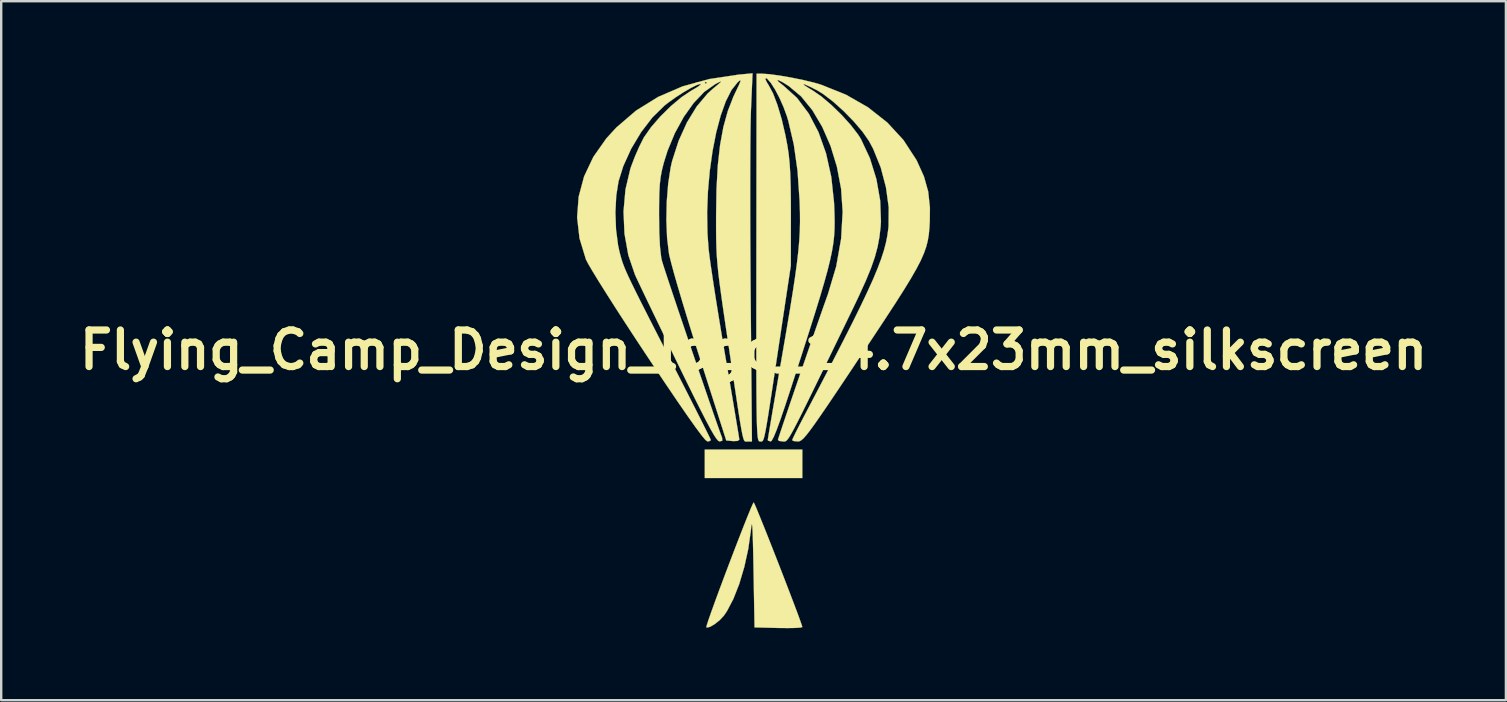
<source format=kicad_pcb>
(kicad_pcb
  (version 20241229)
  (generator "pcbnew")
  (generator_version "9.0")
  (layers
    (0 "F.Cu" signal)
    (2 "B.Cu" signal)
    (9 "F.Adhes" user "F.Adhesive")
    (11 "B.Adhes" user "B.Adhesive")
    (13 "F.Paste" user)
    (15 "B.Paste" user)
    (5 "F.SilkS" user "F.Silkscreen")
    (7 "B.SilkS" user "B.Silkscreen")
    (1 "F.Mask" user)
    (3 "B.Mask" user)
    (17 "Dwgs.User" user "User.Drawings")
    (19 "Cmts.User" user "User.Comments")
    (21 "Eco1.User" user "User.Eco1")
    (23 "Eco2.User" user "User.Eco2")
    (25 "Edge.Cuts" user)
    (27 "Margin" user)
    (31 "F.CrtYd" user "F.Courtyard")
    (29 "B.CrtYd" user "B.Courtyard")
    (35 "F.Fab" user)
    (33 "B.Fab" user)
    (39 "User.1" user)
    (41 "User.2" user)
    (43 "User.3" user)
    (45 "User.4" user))
  (footprint "Flying_Camp_Design_logo_14.7x23mm_silkscreen"
    (layer "F.Cu")
    (at 28.346 11.533)
    (property "Reference" "Flying_Camp_Design_logo_14.7x23mm_silkscreen" (at 0 0 0) (layer "F.SilkS") (effects (font (size 1.524 1.524) (thickness 0.3))))
    (attr exclude_from_pos_files exclude_from_bom)
    (fp_poly (pts (xy 2.032 5.334) (xy -2.032 5.334) (xy -2.032 4.149) (xy 2.032 4.149) (xy 2.032 5.334)) (stroke (width 0.01) (type solid)) (fill yes) (layer "F.SilkS"))
    (fp_poly (pts (xy 0.046 6.425) (xy 0.137 6.636) (xy 0.27 6.961) (xy 0.438 7.376) (xy 0.63 7.859) (xy 0.838 8.387) (xy 1.054 8.938) (xy 1.268 9.49) (xy 1.472 10.02) (xy 1.657 10.504) (xy 1.815 10.922) (xy 1.935 11.25) (xy 2.01 11.465) (xy 2.032 11.543) (xy 1.953 11.565) (xy 1.738 11.58) (xy 1.419 11.585) (xy 1.037 11.581) (xy 0.042 11.557) (xy 0 9.186) (xy -0.013 8.506) (xy -0.025 7.984) (xy -0.037 7.61) (xy -0.049 7.374) (xy -0.063 7.265) (xy -0.079 7.273) (xy -0.097 7.387) (xy -0.113 7.533) (xy -0.22 8.289) (xy -0.385 9.039) (xy -0.595 9.746) (xy -0.841 10.372) (xy -1.109 10.883) (xy -1.235 11.067) (xy -1.411 11.256) (xy -1.618 11.421) (xy -1.811 11.534) (xy -1.945 11.563) (xy -1.967 11.552) (xy -1.948 11.466) (xy -1.877 11.245) (xy -1.76 10.912) (xy -1.608 10.49) (xy -1.428 10.001) (xy -1.229 9.468) (xy -1.02 8.915) (xy -0.809 8.362) (xy -0.605 7.834) (xy -0.417 7.353) (xy -0.253 6.941) (xy -0.122 6.621) (xy -0.032 6.417) (xy 0.007 6.35) (xy 0.046 6.425)) (stroke (width 0.01) (type solid)) (fill yes) (layer "F.SilkS"))
    (fp_poly (pts (xy -0.108 -9.976) (xy -0.118 -9.628) (xy -0.127 -9.128) (xy -0.133 -8.496) (xy -0.137 -7.749) (xy -0.139 -6.905) (xy -0.139 -5.984) (xy -0.137 -5.002) (xy -0.132 -3.979) (xy -0.125 -2.932) (xy -0.12 -2.307) (xy -0.067 3.81) (xy -0.243 3.81) (xy -0.29 3.814) (xy -0.328 3.816) (xy -0.362 3.803) (xy -0.394 3.761) (xy -0.426 3.675) (xy -0.462 3.532) (xy -0.504 3.317) (xy -0.556 3.018) (xy -0.62 2.619) (xy -0.698 2.106) (xy -0.794 1.467) (xy -0.91 0.686) (xy -1.031 -0.127) (xy -1.16 -0.993) (xy -1.266 -1.713) (xy -1.351 -2.313) (xy -1.418 -2.813) (xy -1.469 -3.236) (xy -1.506 -3.607) (xy -1.532 -3.946) (xy -1.547 -4.278) (xy -1.556 -4.625) (xy -1.56 -5.01) (xy -1.56 -5.455) (xy -1.56 -5.588) (xy -1.543 -6.711) (xy -1.489 -7.689) (xy -1.394 -8.542) (xy -1.257 -9.29) (xy -1.073 -9.954) (xy -0.84 -10.554) (xy -0.761 -10.722) (xy -0.618 -11.02) (xy -0.548 -11.187) (xy -0.545 -11.242) (xy -0.605 -11.206) (xy -0.665 -11.152) (xy -0.921 -10.829) (xy -1.157 -10.36) (xy -1.369 -9.768) (xy -1.554 -9.074) (xy -1.706 -8.301) (xy -1.823 -7.473) (xy -1.9 -6.611) (xy -1.934 -5.737) (xy -1.92 -4.875) (xy -1.874 -4.224) (xy -1.838 -3.92) (xy -1.776 -3.475) (xy -1.692 -2.911) (xy -1.591 -2.255) (xy -1.475 -1.531) (xy -1.349 -0.762) (xy -1.216 0.025) (xy -1.185 0.208) (xy -1.057 0.953) (xy -0.939 1.646) (xy -0.834 2.269) (xy -0.744 2.806) (xy -0.672 3.238) (xy -0.621 3.546) (xy -0.596 3.714) (xy -0.593 3.739) (xy -0.666 3.788) (xy -0.844 3.796) (xy -0.865 3.794) (xy -1.137 3.768) (xy -2.263 0.254) (xy -2.507 -0.516) (xy -2.74 -1.264) (xy -2.954 -1.968) (xy -3.144 -2.607) (xy -3.303 -3.159) (xy -3.424 -3.604) (xy -3.503 -3.92) (xy -3.524 -4.022) (xy -3.602 -4.669) (xy -3.632 -5.408) (xy -3.616 -6.181) (xy -3.556 -6.932) (xy -3.454 -7.603) (xy -3.392 -7.874) (xy -3.121 -8.715) (xy -2.774 -9.482) (xy -2.366 -10.149) (xy -1.913 -10.687) (xy -1.7 -10.88) (xy -1.463 -11.076) (xy -1.354 -11.176) (xy -1.369 -11.19) (xy -1.503 -11.127) (xy -1.599 -11.076) (xy -2.053 -10.756) (xy -2.495 -10.292) (xy -2.908 -9.712) (xy -3.276 -9.041) (xy -3.581 -8.307) (xy -3.743 -7.789) (xy -3.818 -7.489) (xy -3.871 -7.205) (xy -3.906 -6.9) (xy -3.926 -6.534) (xy -3.935 -6.067) (xy -3.937 -5.63) (xy -3.927 -4.881) (xy -3.897 -4.291) (xy -3.848 -3.864) (xy -3.819 -3.725) (xy -3.774 -3.576) (xy -3.681 -3.288) (xy -3.547 -2.881) (xy -3.379 -2.376) (xy -3.184 -1.795) (xy -2.969 -1.158) (xy -2.741 -0.485) (xy -2.508 0.202) (xy -2.276 0.882) (xy -2.052 1.535) (xy -1.844 2.141) (xy -1.659 2.677) (xy -1.503 3.123) (xy -1.384 3.459) (xy -1.309 3.662) (xy -1.304 3.781) (xy -1.416 3.81) (xy -1.47 3.783) (xy -1.547 3.695) (xy -1.653 3.533) (xy -1.795 3.286) (xy -1.978 2.942) (xy -2.21 2.489) (xy -2.497 1.916) (xy -2.844 1.21) (xy -3.157 0.569) (xy -3.501 -0.139) (xy -3.828 -0.815) (xy -4.131 -1.441) (xy -4.4 -1.999) (xy -4.625 -2.469) (xy -4.798 -2.833) (xy -4.91 -3.072) (xy -4.939 -3.136) (xy -5.217 -3.951) (xy -5.377 -4.844) (xy -5.417 -5.772) (xy -5.336 -6.689) (xy -5.132 -7.552) (xy -5.102 -7.642) (xy -4.948 -8.047) (xy -4.769 -8.458) (xy -4.598 -8.801) (xy -4.561 -8.868) (xy -4.271 -9.283) (xy -3.886 -9.727) (xy -3.449 -10.158) (xy -3.005 -10.531) (xy -2.599 -10.803) (xy -2.579 -10.814) (xy -2.349 -10.948) (xy -2.214 -11.046) (xy -2.2 -11.089) (xy -2.206 -11.089) (xy -2.36 -11.043) (xy -2.61 -10.919) (xy -2.92 -10.738) (xy -3.252 -10.523) (xy -3.567 -10.297) (xy -3.711 -10.184) (xy -4.213 -9.692) (xy -4.685 -9.076) (xy -5.099 -8.384) (xy -5.427 -7.663) (xy -5.626 -7.027) (xy -5.721 -6.422) (xy -5.755 -5.729) (xy -5.729 -5.018) (xy -5.643 -4.358) (xy -5.587 -4.101) (xy -5.546 -3.942) (xy -5.505 -3.796) (xy -5.459 -3.651) (xy -5.4 -3.491) (xy -5.323 -3.304) (xy -5.22 -3.075) (xy -5.085 -2.791) (xy -4.912 -2.438) (xy -4.694 -2.002) (xy -4.424 -1.469) (xy -4.096 -0.826) (xy -3.704 -0.059) (xy -3.279 0.771) (xy -2.946 1.421) (xy -2.64 2.024) (xy -2.367 2.563) (xy -2.136 3.022) (xy -1.956 3.383) (xy -1.834 3.631) (xy -1.78 3.749) (xy -1.778 3.756) (xy -1.848 3.801) (xy -1.926 3.808) (xy -2.009 3.741) (xy -2.174 3.541) (xy -2.424 3.206) (xy -2.758 2.734) (xy -3.179 2.124) (xy -3.687 1.374) (xy -4.283 0.483) (xy -4.428 0.265) (xy -4.898 -0.446) (xy -5.345 -1.129) (xy -5.759 -1.769) (xy -6.129 -2.35) (xy -6.447 -2.855) (xy -6.7 -3.27) (xy -6.881 -3.577) (xy -6.978 -3.762) (xy -6.984 -3.775) (xy -7.25 -4.65) (xy -7.351 -5.524) (xy -7.286 -6.388) (xy -7.06 -7.232) (xy -6.675 -8.045) (xy -6.133 -8.816) (xy -5.716 -9.271) (xy -4.896 -9.974) (xy -3.978 -10.544) (xy -2.96 -10.983) (xy -2.412 -11.134) (xy -2.032 -11.134) (xy -1.99 -11.091) (xy -1.947 -11.134) (xy -1.99 -11.176) (xy -2.032 -11.134) (xy -2.412 -11.134) (xy -1.836 -11.292) (xy -0.635 -11.472) (xy -0.042 -11.528) (xy -0.108 -9.976)) (stroke (width 0.01) (type solid)) (fill yes) (layer "F.SilkS"))
    (fp_poly (pts (xy 0.339 -11.514) (xy 0.659 -11.492) (xy 1.09 -11.434) (xy 1.58 -11.349) (xy 2.077 -11.247) (xy 2.529 -11.138) (xy 2.818 -11.053) (xy 3.848 -10.639) (xy 4.769 -10.112) (xy 5.572 -9.479) (xy 6.246 -8.748) (xy 6.782 -7.925) (xy 6.808 -7.876) (xy 7.101 -7.228) (xy 7.277 -6.601) (xy 7.349 -5.932) (xy 7.344 -5.376) (xy 7.327 -5.081) (xy 7.302 -4.813) (xy 7.26 -4.558) (xy 7.195 -4.301) (xy 7.099 -4.03) (xy 6.966 -3.728) (xy 6.787 -3.384) (xy 6.556 -2.981) (xy 6.266 -2.507) (xy 5.909 -1.946) (xy 5.477 -1.285) (xy 4.965 -0.509) (xy 4.471 0.233) (xy 3.935 1.038) (xy 3.484 1.712) (xy 3.109 2.269) (xy 2.802 2.717) (xy 2.556 3.07) (xy 2.361 3.339) (xy 2.21 3.534) (xy 2.094 3.667) (xy 2.004 3.75) (xy 1.933 3.793) (xy 1.872 3.809) (xy 1.849 3.81) (xy 1.677 3.794) (xy 1.609 3.757) (xy 1.646 3.667) (xy 1.748 3.456) (xy 1.901 3.153) (xy 2.09 2.787) (xy 2.148 2.678) (xy 2.755 1.519) (xy 3.286 0.497) (xy 3.747 -0.4) (xy 4.142 -1.182) (xy 4.477 -1.863) (xy 4.757 -2.453) (xy 4.988 -2.965) (xy 5.173 -3.41) (xy 5.319 -3.799) (xy 5.431 -4.144) (xy 5.514 -4.458) (xy 5.573 -4.751) (xy 5.613 -5.035) (xy 5.626 -5.165) (xy 5.632 -5.944) (xy 5.518 -6.777) (xy 5.299 -7.607) (xy 4.986 -8.38) (xy 4.811 -8.707) (xy 4.542 -9.094) (xy 4.177 -9.523) (xy 3.756 -9.953) (xy 3.318 -10.347) (xy 2.904 -10.664) (xy 2.655 -10.817) (xy 2.342 -10.975) (xy 2.143 -11.063) (xy 2.068 -11.079) (xy 2.126 -11.024) (xy 2.324 -10.897) (xy 2.455 -10.82) (xy 2.825 -10.565) (xy 3.243 -10.21) (xy 3.666 -9.798) (xy 4.053 -9.37) (xy 4.361 -8.97) (xy 4.475 -8.789) (xy 4.848 -7.991) (xy 5.119 -7.118) (xy 5.277 -6.222) (xy 5.308 -5.354) (xy 5.295 -5.141) (xy 5.245 -4.709) (xy 5.168 -4.296) (xy 5.054 -3.873) (xy 4.894 -3.412) (xy 4.677 -2.884) (xy 4.393 -2.259) (xy 4.121 -1.689) (xy 3.613 -0.641) (xy 3.174 0.264) (xy 2.798 1.038) (xy 2.48 1.69) (xy 2.214 2.232) (xy 1.996 2.673) (xy 1.819 3.023) (xy 1.678 3.293) (xy 1.568 3.494) (xy 1.483 3.635) (xy 1.418 3.727) (xy 1.368 3.78) (xy 1.327 3.805) (xy 1.289 3.812) (xy 1.25 3.81) (xy 1.232 3.81) (xy 1.071 3.789) (xy 1.016 3.747) (xy 1.043 3.656) (xy 1.118 3.427) (xy 1.234 3.08) (xy 1.384 2.637) (xy 1.56 2.117) (xy 1.756 1.544) (xy 1.964 0.937) (xy 2.177 0.318) (xy 2.387 -0.291) (xy 2.588 -0.871) (xy 2.772 -1.4) (xy 2.932 -1.857) (xy 3.061 -2.22) (xy 3.1 -2.328) (xy 3.444 -3.48) (xy 3.649 -4.635) (xy 3.713 -5.764) (xy 3.647 -6.725) (xy 3.472 -7.642) (xy 3.207 -8.507) (xy 2.862 -9.298) (xy 2.45 -9.993) (xy 1.982 -10.567) (xy 1.469 -10.997) (xy 1.469 -10.997) (xy 1.213 -11.157) (xy 1.045 -11.241) (xy 0.983 -11.248) (xy 1.039 -11.177) (xy 1.228 -11.027) (xy 1.239 -11.02) (xy 1.809 -10.506) (xy 2.3 -9.853) (xy 2.706 -9.077) (xy 3.021 -8.192) (xy 3.239 -7.212) (xy 3.353 -6.153) (xy 3.36 -6.011) (xy 3.373 -5.664) (xy 3.379 -5.348) (xy 3.375 -5.05) (xy 3.358 -4.755) (xy 3.324 -4.449) (xy 3.269 -4.117) (xy 3.19 -3.745) (xy 3.084 -3.317) (xy 2.947 -2.821) (xy 2.776 -2.24) (xy 2.567 -1.561) (xy 2.317 -0.77) (xy 2.022 0.149) (xy 1.68 1.21) (xy 1.558 1.587) (xy 1.316 2.323) (xy 1.118 2.902) (xy 0.961 3.333) (xy 0.841 3.622) (xy 0.757 3.777) (xy 0.716 3.81) (xy 0.606 3.775) (xy 0.593 3.747) (xy 0.608 3.652) (xy 0.648 3.408) (xy 0.711 3.034) (xy 0.793 2.547) (xy 0.893 1.964) (xy 1.006 1.305) (xy 1.13 0.587) (xy 1.18 0.296) (xy 1.359 -0.745) (xy 1.51 -1.639) (xy 1.633 -2.404) (xy 1.732 -3.059) (xy 1.809 -3.623) (xy 1.866 -4.114) (xy 1.905 -4.553) (xy 1.928 -4.957) (xy 1.937 -5.345) (xy 1.934 -5.736) (xy 1.922 -6.149) (xy 1.919 -6.223) (xy 1.833 -7.467) (xy 1.677 -8.568) (xy 1.449 -9.542) (xy 1.391 -9.737) (xy 1.251 -10.121) (xy 1.079 -10.506) (xy 0.896 -10.854) (xy 0.72 -11.13) (xy 0.572 -11.298) (xy 0.519 -11.329) (xy 0.491 -11.292) (xy 0.556 -11.151) (xy 0.627 -11.038) (xy 0.811 -10.695) (xy 0.995 -10.213) (xy 1.171 -9.622) (xy 1.327 -8.954) (xy 1.412 -8.509) (xy 1.464 -8.161) (xy 1.503 -7.78) (xy 1.53 -7.338) (xy 1.547 -6.805) (xy 1.555 -6.153) (xy 1.556 -5.588) (xy 1.553 -3.514) (xy 1.03 -0.042) (xy 0.894 0.862) (xy 0.781 1.612) (xy 0.687 2.224) (xy 0.612 2.711) (xy 0.55 3.087) (xy 0.5 3.366) (xy 0.459 3.564) (xy 0.424 3.693) (xy 0.392 3.768) (xy 0.36 3.803) (xy 0.326 3.813) (xy 0.286 3.811) (xy 0.265 3.81) (xy 0.238 3.805) (xy 0.215 3.783) (xy 0.195 3.733) (xy 0.177 3.646) (xy 0.163 3.51) (xy 0.15 3.317) (xy 0.14 3.055) (xy 0.132 2.715) (xy 0.126 2.286) (xy 0.121 1.757) (xy 0.118 1.12) (xy 0.117 0.362) (xy 0.116 -0.525) (xy 0.116 -1.553) (xy 0.117 -2.731) (xy 0.118 -3.852) (xy 0.127 -11.515) (xy 0.339 -11.514)) (stroke (width 0.01) (type solid)) (fill yes) (layer "F.SilkS")))
  (gr_rect
    (start -3 -3)
    (end 59.693 26.123)
    (stroke (width 0.1) (type default))
    (fill no)
    (layer "Edge.Cuts")))
</source>
